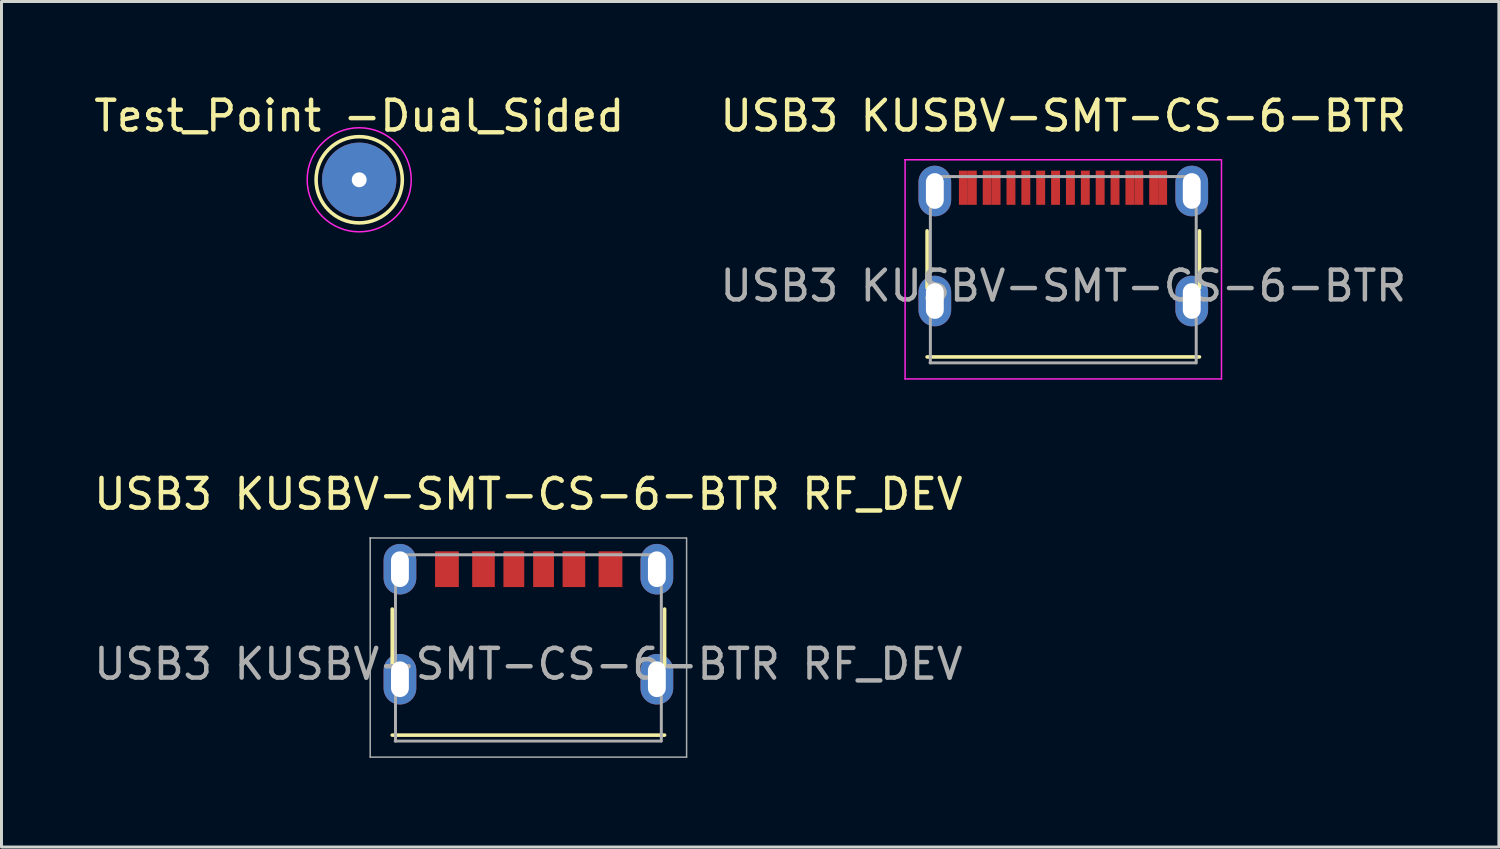
<source format=kicad_pcb>
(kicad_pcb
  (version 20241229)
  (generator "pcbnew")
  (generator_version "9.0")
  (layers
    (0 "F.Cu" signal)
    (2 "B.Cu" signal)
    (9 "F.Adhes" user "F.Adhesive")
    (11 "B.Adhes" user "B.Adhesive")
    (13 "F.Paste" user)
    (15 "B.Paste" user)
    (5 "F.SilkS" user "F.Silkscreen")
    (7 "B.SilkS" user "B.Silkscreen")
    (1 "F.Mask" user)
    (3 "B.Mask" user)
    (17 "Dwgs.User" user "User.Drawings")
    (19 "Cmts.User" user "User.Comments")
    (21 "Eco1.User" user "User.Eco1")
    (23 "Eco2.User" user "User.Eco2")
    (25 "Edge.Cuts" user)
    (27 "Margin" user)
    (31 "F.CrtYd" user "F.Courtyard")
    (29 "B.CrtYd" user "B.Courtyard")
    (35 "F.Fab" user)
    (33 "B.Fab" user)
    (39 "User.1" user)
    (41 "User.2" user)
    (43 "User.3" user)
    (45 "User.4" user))
  (footprint "Test_Point -Dual_Sided"
    (layer "F.Cu")
    (at 9.03 2.996)
    (property "Reference" "Test_Point -Dual_Sided" (at 0 -2.148 0) (layer "F.SilkS") (effects (font (size 1 1) (thickness 0.15))))
    (attr exclude_from_pos_files exclude_from_bom)
    (fp_circle (center 0 0) (end 0 1.45) (stroke (width 0.12) (type solid)) (fill no) (layer "F.SilkS"))
    (fp_circle (center 0 0) (end 1.75 0) (stroke (width 0.05) (type solid)) (fill no) (layer "F.CrtYd"))
    (pad "1" thru_hole circle (at 0 0) (size 2.5 2.5) (drill 0.5) (layers "*.Cu" "*.Mask")))
  (footprint "USB3 KUSBV-SMT-CS-6-BTR RF_DEV"
    (layer "F.Cu")
    (at 14.73 16.692)
    (property "Reference" "USB3 KUSBV-SMT-CS-6-BTR RF_DEV" (at -0.01 -3.125 0) (layer "F.SilkS") (effects (font (size 1 1) (thickness 0.15))))
    (attr smd)
    (fp_line (start -4.59 0.74) (end -4.59 2.66) (stroke (width 0.12) (type solid)) (layer "F.SilkS"))
    (fp_line (start 4.57 2.66) (end 4.57 0.74) (stroke (width 0.12) (type solid)) (layer "F.SilkS"))
    (fp_line (start 4.57 4.98) (end -4.59 4.98) (stroke (width 0.12) (type solid)) (layer "F.SilkS"))
    (fp_line (start -5.34 -1.65) (end 5.3 -1.65) (stroke (width 0.05) (type solid)) (layer "F.Fab"))
    (fp_line (start -5.33 5.72) (end -5.33 -1.65) (stroke (width 0.05) (type solid)) (layer "F.Fab"))
    (fp_line (start -4.49 5.18) (end 4.45 5.18) (stroke (width 0.1) (type solid)) (layer "F.Fab"))
    (fp_line (start -4.48 -1.085) (end -4.48 5.18) (stroke (width 0.1) (type solid)) (layer "F.Fab"))
    (fp_line (start -4.48 -1.085) (end 4.46 -1.085) (stroke (width 0.1) (type solid)) (layer "F.Fab"))
    (fp_line (start 4.46 5.18) (end 4.46 -1.085) (stroke (width 0.1) (type solid)) (layer "F.Fab"))
    (fp_line (start 5.31 -1.65) (end 5.31 5.72) (stroke (width 0.05) (type solid)) (layer "F.Fab"))
    (fp_line (start 5.31 5.72) (end -5.33 5.72) (stroke (width 0.05) (type solid)) (layer "F.Fab"))
    (fp_text user "${REFERENCE}" (at -0.01 2.59 0) (layer "F.Fab") (effects (font (size 1 1) (thickness 0.15))))
    (pad "A5" smd rect (at -0.5 -0.6) (size 0.7 1.2) (layers "F.Cu" "F.Mask" "F.Paste"))
    (pad "A9" smd rect (at 1.52 -0.6) (size 0.76 1.2) (layers "F.Cu" "F.Mask" "F.Paste"))
    (pad "A12" smd rect (at 2.75 -0.6) (size 0.8 1.2) (layers "F.Cu" "F.Mask" "F.Paste"))
    (pad "B5" smd rect (at 0.5 -0.6) (size 0.7 1.2) (layers "F.Cu" "F.Mask" "F.Paste"))
    (pad "B9" smd rect (at -1.52 -0.6) (size 0.76 1.2) (layers "F.Cu" "F.Mask" "F.Paste"))
    (pad "B12" smd rect (at -2.75 -0.6) (size 0.8 1.2) (layers "F.Cu" "F.Mask" "F.Paste"))
    (pad "S1" thru_hole oval (at -4.33 -0.6) (size 1.1 1.7) (drill oval 0.6 1.2) (layers "*.Cu" "*.Mask"))
    (pad "S1" thru_hole oval (at -4.33 3.1) (size 1.1 1.7) (drill oval 0.6 1.2) (layers "*.Cu" "*.Mask"))
    (pad "S1" thru_hole oval (at 4.31 -0.6) (size 1.1 1.7) (drill oval 0.6 1.2) (layers "*.Cu" "*.Mask"))
    (pad "S1" thru_hole oval (at 4.31 3.1) (size 1.1 1.7) (drill oval 0.6 1.2) (layers "*.Cu" "*.Mask")))
  (footprint "USB3 KUSBV-SMT-CS-6-BTR"
    (layer "F.Cu")
    (at 32.718 3.973)
    (property "Reference" "USB3 KUSBV-SMT-CS-6-BTR" (at -0.01 -3.125 0) (layer "F.SilkS") (effects (font (size 1 1) (thickness 0.15))))
    (attr smd)
    (fp_line (start -4.59 0.74) (end -4.59 2.66) (stroke (width 0.12) (type solid)) (layer "F.SilkS"))
    (fp_line (start 4.57 2.66) (end 4.57 0.74) (stroke (width 0.12) (type solid)) (layer "F.SilkS"))
    (fp_line (start 4.57 4.98) (end -4.59 4.98) (stroke (width 0.12) (type solid)) (layer "F.SilkS"))
    (fp_line (start -5.34 -1.65) (end 5.3 -1.65) (stroke (width 0.05) (type solid)) (layer "F.CrtYd"))
    (fp_line (start -5.33 5.72) (end -5.33 -1.65) (stroke (width 0.05) (type solid)) (layer "F.CrtYd"))
    (fp_line (start 5.31 -1.65) (end 5.31 5.72) (stroke (width 0.05) (type solid)) (layer "F.CrtYd"))
    (fp_line (start 5.31 5.72) (end -5.33 5.72) (stroke (width 0.05) (type solid)) (layer "F.CrtYd"))
    (fp_line (start -4.49 5.18) (end 4.45 5.18) (stroke (width 0.1) (type solid)) (layer "F.Fab"))
    (fp_line (start -4.48 -1.085) (end -4.48 5.18) (stroke (width 0.1) (type solid)) (layer "F.Fab"))
    (fp_line (start -4.48 -1.085) (end 4.46 -1.085) (stroke (width 0.1) (type solid)) (layer "F.Fab"))
    (fp_line (start 4.46 5.18) (end 4.46 -1.085) (stroke (width 0.1) (type solid)) (layer "F.Fab"))
    (fp_text user "${REFERENCE}" (at -0.01 2.59 0) (layer "F.Fab") (effects (font (size 1 1) (thickness 0.15))))
    (pad "A1" smd rect (at -3.37 -0.71) (size 0.3 1.15) (layers "F.Cu" "F.Mask" "F.Paste"))
    (pad "A4" smd rect (at -2.57 -0.71) (size 0.3 1.15) (layers "F.Cu" "F.Mask" "F.Paste"))
    (pad "A5" smd rect (at -1.27 -0.71) (size 0.3 1.15) (layers "F.Cu" "F.Mask" "F.Paste"))
    (pad "A6" smd rect (at -0.27 -0.71) (size 0.3 1.15) (layers "F.Cu" "F.Mask" "F.Paste"))
    (pad "A7" smd rect (at 0.23 -0.71) (size 0.3 1.15) (layers "F.Cu" "F.Mask" "F.Paste"))
    (pad "A8" smd rect (at 1.23 -0.71) (size 0.3 1.15) (layers "F.Cu" "F.Mask" "F.Paste"))
    (pad "A9" smd rect (at 2.53 -0.71) (size 0.3 1.15) (layers "F.Cu" "F.Mask" "F.Paste"))
    (pad "A12" smd rect (at 3.33 -0.71) (size 0.3 1.15) (layers "F.Cu" "F.Mask" "F.Paste"))
    (pad "B1" smd rect (at 3.03 -0.71) (size 0.3 1.15) (layers "F.Cu" "F.Mask" "F.Paste"))
    (pad "B4" smd rect (at 2.23 -0.71) (size 0.3 1.15) (layers "F.Cu" "F.Mask" "F.Paste"))
    (pad "B5" smd rect (at 1.73 -0.71) (size 0.3 1.15) (layers "F.Cu" "F.Mask" "F.Paste"))
    (pad "B6" smd rect (at 0.73 -0.71) (size 0.3 1.15) (layers "F.Cu" "F.Mask" "F.Paste"))
    (pad "B7" smd rect (at -0.77 -0.71) (size 0.3 1.15) (layers "F.Cu" "F.Mask" "F.Paste"))
    (pad "B8" smd rect (at -1.77 -0.71) (size 0.3 1.15) (layers "F.Cu" "F.Mask" "F.Paste"))
    (pad "B9" smd rect (at -2.27 -0.71) (size 0.3 1.15) (layers "F.Cu" "F.Mask" "F.Paste"))
    (pad "B12" smd rect (at -3.07 -0.71) (size 0.3 1.15) (layers "F.Cu" "F.Mask" "F.Paste"))
    (pad "S1" thru_hole oval (at -4.33 -0.6) (size 1.1 1.7) (drill oval 0.6 1.2) (layers "*.Cu" "*.Mask"))
    (pad "S1" thru_hole oval (at -4.33 3.1) (size 1.1 1.7) (drill oval 0.6 1.2) (layers "*.Cu" "*.Mask"))
    (pad "S1" thru_hole oval (at 4.31 -0.6) (size 1.1 1.7) (drill oval 0.6 1.2) (layers "*.Cu" "*.Mask"))
    (pad "S1" thru_hole oval (at 4.31 3.1) (size 1.1 1.7) (drill oval 0.6 1.2) (layers "*.Cu" "*.Mask")))
  (gr_rect
    (start -3 -3)
    (end 47.357 25.436)
    (stroke (width 0.1) (type default))
    (fill no)
    (layer "Edge.Cuts")))
</source>
